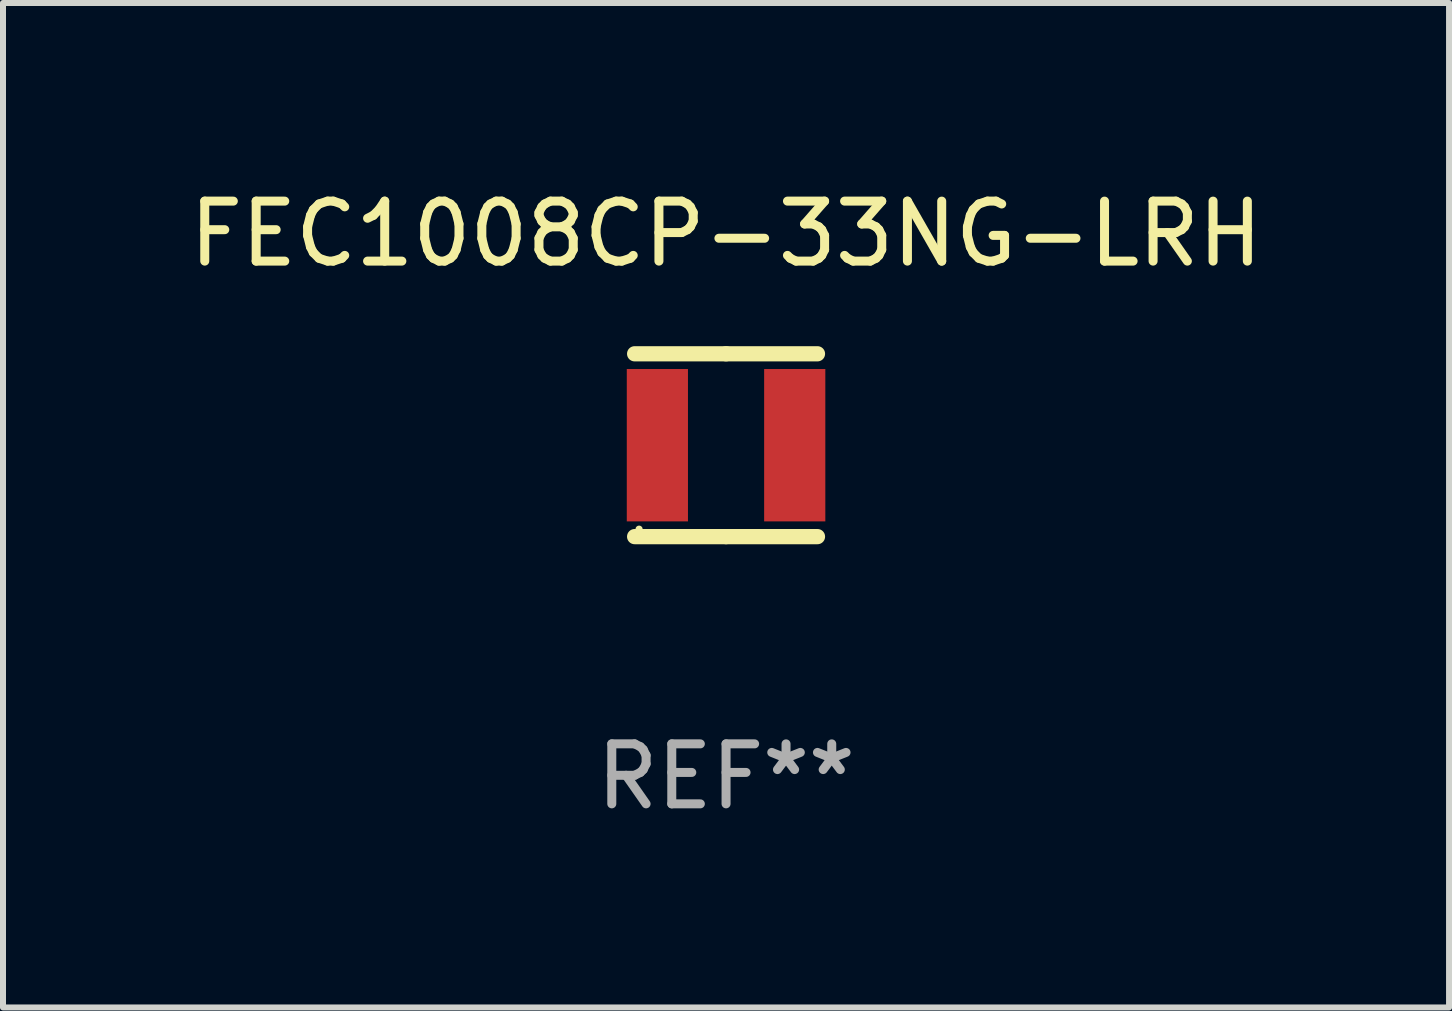
<source format=kicad_pcb>
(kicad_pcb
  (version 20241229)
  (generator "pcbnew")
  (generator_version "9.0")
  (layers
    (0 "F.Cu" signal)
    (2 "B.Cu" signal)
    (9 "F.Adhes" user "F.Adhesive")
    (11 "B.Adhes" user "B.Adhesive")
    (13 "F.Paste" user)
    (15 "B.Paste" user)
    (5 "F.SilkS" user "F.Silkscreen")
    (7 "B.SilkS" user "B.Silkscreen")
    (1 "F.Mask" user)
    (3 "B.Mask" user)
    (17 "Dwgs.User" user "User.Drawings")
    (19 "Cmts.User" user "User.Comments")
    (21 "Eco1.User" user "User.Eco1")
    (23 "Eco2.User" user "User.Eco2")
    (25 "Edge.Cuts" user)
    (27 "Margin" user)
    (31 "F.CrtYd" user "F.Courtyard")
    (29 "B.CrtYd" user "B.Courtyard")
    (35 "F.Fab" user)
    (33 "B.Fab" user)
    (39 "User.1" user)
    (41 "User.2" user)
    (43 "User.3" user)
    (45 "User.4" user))
  (footprint "FEC1008CP-33NG-LRH"
    (layer "F.Cu")
    (at 9.054 4.372)
    (property "Reference" "FEC1008CP-33NG-LRH" (at 0 -3.524 0) (layer "F.SilkS") (effects (font (size 1 1) (thickness 0.15))))
    (attr through_hole)
    (fp_line (start -1.524 -1.524) (end 0 -1.524) (stroke (width 0.254) (type solid)) (layer "F.SilkS"))
    (fp_line (start 0 -1.524) (end 1.524 -1.524) (stroke (width 0.254) (type solid)) (layer "F.SilkS"))
    (fp_line (start 0 1.524) (end -1.524 1.524) (stroke (width 0.254) (type solid)) (layer "F.SilkS"))
    (fp_line (start 1.524 1.524) (end 0 1.524) (stroke (width 0.254) (type solid)) (layer "F.SilkS"))
    (fp_circle (center -1.45 1.4) (end -1.42 1.4) (stroke (width 0.06) (type solid)) (fill no) (layer "F.SilkS"))
    (fp_text user "REF**" (at 0 5.524 0) (layer "F.Fab") (effects (font (size 1 1) (thickness 0.15))))
    (pad "1" smd rect (at -1.145 0) (size 1.02 2.54) (layers "F.Cu" "F.Mask" "F.Paste"))
    (pad "2" smd rect (at 1.145 0) (size 1.02 2.54) (layers "F.Cu" "F.Mask" "F.Paste")))
  (gr_rect
    (start -3 -3)
    (end 21.107 13.745)
    (stroke (width 0.1) (type default))
    (fill no)
    (layer "Edge.Cuts")))
</source>
